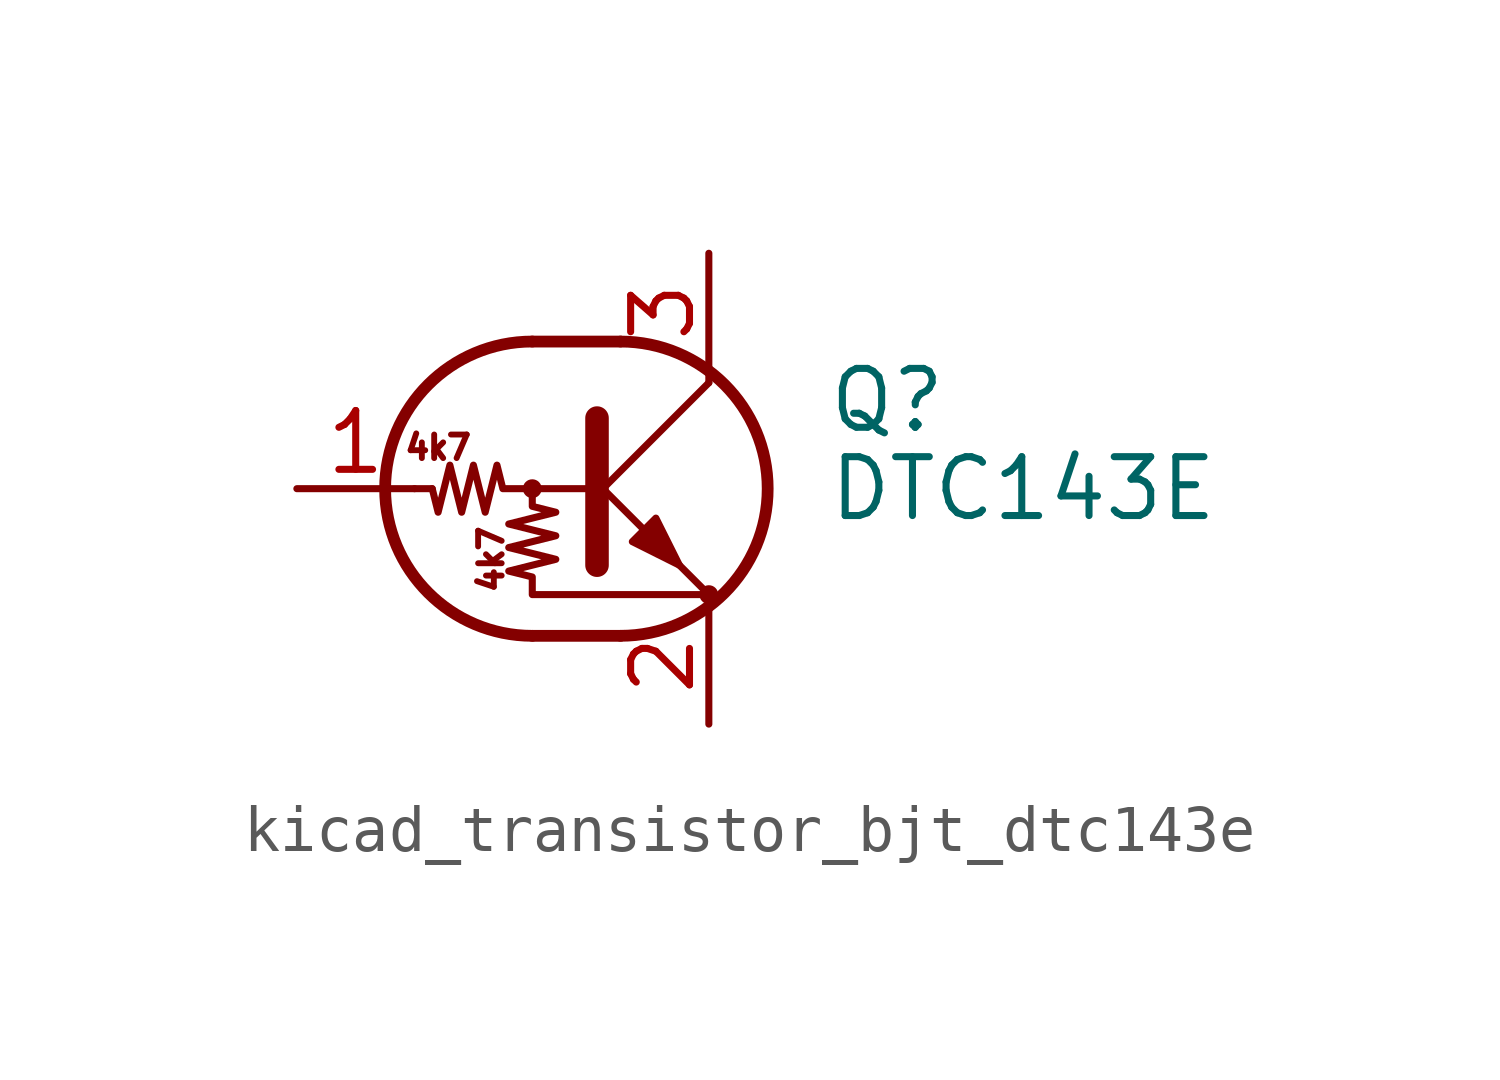
<source format=kicad_sym>
(kicad_symbol_lib
  (version 20220914)
  (generator kicad_symbol_editor)
  (symbol "kicad_transistor_bjt_dtc143e"
    (pin_names
      (offset 0) hide)
    (property "Reference" "Q"
      (at 5.08 1.905 0)
      (effects (font (size 1.27 1.27)) (justify left)))
    (property "Value" "DTC143E"
      (at 5.08 0 0)
      (effects (font (size 1.27 1.27)) (justify left)))
    (symbol "kicad_transistor_bjt_dtc143e_0_0"
      (text "4k7" (at -3.302 0.889 0) (effects (font (size 0.508 0.508))))
      (text "4k7" (at -2.159 -1.524 900) (effects (font (size 0.508 0.508)))))
    (symbol "kicad_transistor_bjt_dtc143e_0_1"
      (circle (center -1.27 0) (radius 0.127) (stroke (width 0) (type default)) (fill (type none)))
      (arc (start -1.27 3.175) (mid -4.4312 0) (end -1.27 -3.175) (stroke (width 0.254) (type default)) (fill (type none)))
      (polyline (pts (xy -3.429 0) (xy -3.81 0)) (stroke (width 0) (type default)) (fill (type none)))
      (polyline (pts (xy -1.27 -3.175) (xy 0.635 -3.175)) (stroke (width 0.254) (type default)) (fill (type none)))
      (polyline (pts (xy -1.27 3.175) (xy 0.635 3.175)) (stroke (width 0.254) (type default)) (fill (type none)))
      (polyline (pts (xy 0 -0.254) (xy 2.54 2.286)) (stroke (width 0) (type default)) (fill (type none)))
      (polyline (pts (xy 0.127 1.524) (xy 0.127 -1.651)) (stroke (width 0.508) (type default)) (fill (type outline)))
      (polyline (pts (xy 2.54 2.286) (xy 2.54 2.54)) (stroke (width 0) (type default)) (fill (type none)))
      (polyline (pts (xy 2.54 -2.286) (xy 0 0.254) (xy 0 0.254)) (stroke (width 0) (type default)) (fill (type none)))
      (polyline (pts (xy 0.889 -1.143) (xy 1.397 -0.635) (xy 1.905 -1.651) (xy 0.889 -1.143)) (stroke (width 0) (type default)) (fill (type outline)))
      (polyline (pts (xy 0 0) (xy -1.905 0) (xy -2.032 0.508) (xy -2.286 -0.508) (xy -2.54 0.508) (xy -2.794 -0.508) (xy -3.048 0.508) (xy -3.302 -0.508) (xy -3.429 0)) (stroke (width 0) (type default)) (fill (type none)))
      (polyline (pts (xy -1.27 0) (xy -1.27 -0.381) (xy -0.762 -0.508) (xy -1.778 -0.762) (xy -0.762 -1.016) (xy -1.778 -1.27) (xy -0.762 -1.524) (xy -1.778 -1.778) (xy -1.27 -1.905) (xy -1.27 -2.286) (xy 2.54 -2.286)) (stroke (width 0) (type default)) (fill (type none)))
      (arc (start 0.635 -3.175) (mid 3.7962 0) (end 0.635 3.175) (stroke (width 0.254) (type default)) (fill (type none)))
      (circle (center 2.54 -2.286) (radius 0.127) (stroke (width 0) (type default)) (fill (type none))))
    (symbol "kicad_transistor_bjt_dtc143e_1_1"
      (pin input line (at -6.35 0 0) (length 2.54) (name "B" (effects (font (size 1.27 1.27)))) (number "1" (effects (font (size 1.27 1.27)))))
      (pin passive line (at 2.54 -5.08 90) (length 2.54) (name "E" (effects (font (size 1.27 1.27)))) (number "2" (effects (font (size 1.27 1.27)))))
      (pin passive line (at 2.54 5.08 270) (length 2.54) (name "C" (effects (font (size 1.27 1.27)))) (number "3" (effects (font (size 1.27 1.27))))))))
</source>
